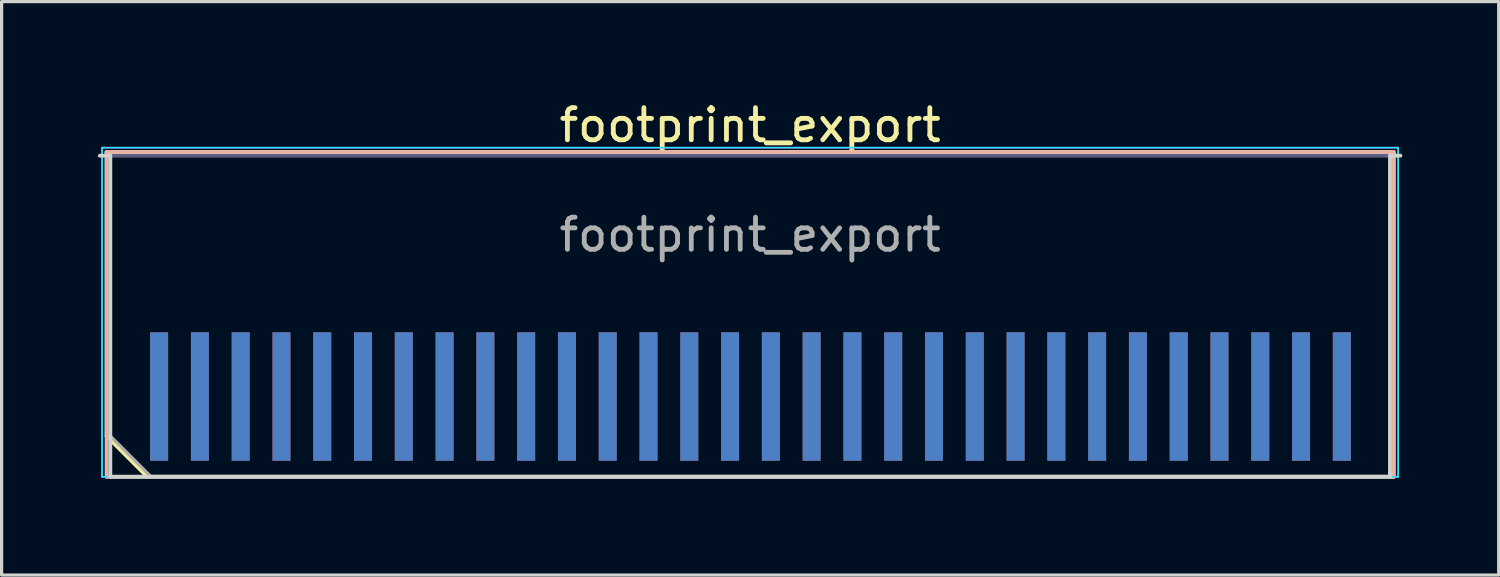
<source format=kicad_pcb>
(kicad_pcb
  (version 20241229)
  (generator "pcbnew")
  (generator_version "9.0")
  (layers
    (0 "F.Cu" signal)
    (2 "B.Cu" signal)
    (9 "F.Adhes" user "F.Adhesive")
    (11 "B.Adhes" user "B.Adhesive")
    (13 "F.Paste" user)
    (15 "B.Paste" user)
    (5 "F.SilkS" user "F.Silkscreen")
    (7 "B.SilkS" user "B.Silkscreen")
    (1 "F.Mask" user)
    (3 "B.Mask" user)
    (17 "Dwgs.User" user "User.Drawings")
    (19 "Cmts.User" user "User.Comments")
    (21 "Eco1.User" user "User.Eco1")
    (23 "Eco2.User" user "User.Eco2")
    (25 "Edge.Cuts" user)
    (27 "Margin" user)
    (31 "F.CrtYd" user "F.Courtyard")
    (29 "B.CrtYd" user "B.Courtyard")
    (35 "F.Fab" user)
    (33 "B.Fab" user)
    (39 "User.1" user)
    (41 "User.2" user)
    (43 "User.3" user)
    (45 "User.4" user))
  (footprint "footprint_export"
    (layer "F.Cu")
    (at 20.31 6.798)
    (property "Reference" "footprint_export" (at 0 -5.95 0) (layer "F.SilkS") (effects (font (size 1 1) (thickness 0.15))))
    (attr exclude_from_pos_files exclude_from_bom)
    (fp_line (start -20.04 -5.11) (end 20.04 -5.11) (stroke (width 0.12) (type solid)) (layer "F.SilkS"))
    (fp_line (start -20.04 3.73) (end -20.04 -5.11) (stroke (width 0.12) (type solid)) (layer "F.SilkS"))
    (fp_line (start -18.77 5) (end -20.04 3.73) (stroke (width 0.12) (type solid)) (layer "F.SilkS"))
    (fp_line (start -18.77 5) (end 20.04 5) (stroke (width 0.12) (type solid)) (layer "F.SilkS"))
    (fp_line (start 20.04 5) (end 20.04 -5.11) (stroke (width 0.12) (type solid)) (layer "F.SilkS"))
    (fp_line (start -20.04 -5.11) (end 20.04 -5.11) (stroke (width 0.12) (type solid)) (layer "B.SilkS"))
    (fp_line (start -20.04 5) (end -20.04 -5.11) (stroke (width 0.12) (type solid)) (layer "B.SilkS"))
    (fp_line (start -20.04 5) (end 20.04 5) (stroke (width 0.12) (type solid)) (layer "B.SilkS"))
    (fp_line (start 20.04 5) (end 20.04 -5.11) (stroke (width 0.12) (type solid)) (layer "B.SilkS"))
    (fp_line (start -20.25 -5) (end -19.925 -5) (stroke (width 0.12) (type solid)) (layer "Edge.Cuts"))
    (fp_line (start -19.925 5) (end -19.925 -5) (stroke (width 0.12) (type solid)) (layer "Edge.Cuts"))
    (fp_line (start -19.925 5) (end 19.925 5) (stroke (width 0.12) (type solid)) (layer "Edge.Cuts"))
    (fp_line (start 19.925 5) (end 19.925 -5) (stroke (width 0.12) (type solid)) (layer "Edge.Cuts"))
    (fp_line (start 20.25 -5) (end 19.925 -5) (stroke (width 0.12) (type solid)) (layer "Edge.Cuts"))
    (fp_line (start -20.18 -5.25) (end -20.18 5) (stroke (width 0.05) (type solid)) (layer "B.CrtYd"))
    (fp_line (start -20.18 5) (end 20.18 5) (stroke (width 0.05) (type solid)) (layer "B.CrtYd"))
    (fp_line (start 20.18 -5.25) (end -20.18 -5.25) (stroke (width 0.05) (type solid)) (layer "B.CrtYd"))
    (fp_line (start 20.18 5) (end 20.18 -5.25) (stroke (width 0.05) (type solid)) (layer "B.CrtYd"))
    (fp_line (start -20.18 -5.25) (end -20.18 5) (stroke (width 0.05) (type solid)) (layer "F.CrtYd"))
    (fp_line (start -20.18 5) (end 20.18 5) (stroke (width 0.05) (type solid)) (layer "F.CrtYd"))
    (fp_line (start 20.18 -5.25) (end -20.18 -5.25) (stroke (width 0.05) (type solid)) (layer "F.CrtYd"))
    (fp_line (start 20.18 5) (end 20.18 -5.25) (stroke (width 0.05) (type solid)) (layer "F.CrtYd"))
    (fp_line (start -19.925 -5) (end 19.925 -5) (stroke (width 0.1) (type solid)) (layer "B.Fab"))
    (fp_line (start -19.925 5) (end -19.925 -5) (stroke (width 0.1) (type solid)) (layer "B.Fab"))
    (fp_line (start -19.925 5) (end 19.925 5) (stroke (width 0.1) (type solid)) (layer "B.Fab"))
    (fp_line (start 19.925 5) (end 19.925 -5) (stroke (width 0.1) (type solid)) (layer "B.Fab"))
    (fp_line (start -19.925 -5) (end 19.925 -5) (stroke (width 0.1) (type solid)) (layer "F.Fab"))
    (fp_line (start -19.925 3.73) (end -19.925 -5) (stroke (width 0.1) (type solid)) (layer "F.Fab"))
    (fp_line (start -19.925 3.73) (end -18.655 5) (stroke (width 0.1) (type solid)) (layer "F.Fab"))
    (fp_line (start -18.655 5) (end 19.925 5) (stroke (width 0.1) (type solid)) (layer "F.Fab"))
    (fp_line (start 19.925 5) (end 19.925 -5) (stroke (width 0.1) (type solid)) (layer "F.Fab"))
    (fp_text user "${REFERENCE}" (at 0 -2.54 0) (layer "F.Fab") (effects (font (size 1 1) (thickness 0.15))))
    (pad "1" connect rect (at -18.405 2.5) (size 0.56 4) (layers "F.Cu" "F.Mask"))
    (pad "2" connect rect (at -18.405 2.5) (size 0.56 4) (layers "B.Cu" "B.Mask"))
    (pad "3" connect rect (at -17.135 2.5) (size 0.56 4) (layers "F.Cu" "F.Mask"))
    (pad "4" connect rect (at -17.135 2.5) (size 0.56 4) (layers "B.Cu" "B.Mask"))
    (pad "5" connect rect (at -15.865 2.5) (size 0.56 4) (layers "F.Cu" "F.Mask"))
    (pad "6" connect rect (at -15.865 2.5) (size 0.56 4) (layers "B.Cu" "B.Mask"))
    (pad "7" connect rect (at -14.595 2.5) (size 0.56 4) (layers "F.Cu" "F.Mask"))
    (pad "8" connect rect (at -14.595 2.5) (size 0.56 4) (layers "B.Cu" "B.Mask"))
    (pad "9" connect rect (at -13.325 2.5) (size 0.56 4) (layers "F.Cu" "F.Mask"))
    (pad "10" connect rect (at -13.325 2.5) (size 0.56 4) (layers "B.Cu" "B.Mask"))
    (pad "11" connect rect (at -12.055 2.5) (size 0.56 4) (layers "F.Cu" "F.Mask"))
    (pad "12" connect rect (at -12.055 2.5) (size 0.56 4) (layers "B.Cu" "B.Mask"))
    (pad "13" connect rect (at -10.785 2.5) (size 0.56 4) (layers "F.Cu" "F.Mask"))
    (pad "14" connect rect (at -10.785 2.5) (size 0.56 4) (layers "B.Cu" "B.Mask"))
    (pad "15" connect rect (at -9.515 2.5) (size 0.56 4) (layers "F.Cu" "F.Mask"))
    (pad "16" connect rect (at -9.515 2.5) (size 0.56 4) (layers "B.Cu" "B.Mask"))
    (pad "17" connect rect (at -8.245 2.5) (size 0.56 4) (layers "F.Cu" "F.Mask"))
    (pad "18" connect rect (at -8.245 2.5) (size 0.56 4) (layers "B.Cu" "B.Mask"))
    (pad "19" connect rect (at -6.975 2.5) (size 0.56 4) (layers "F.Cu" "F.Mask"))
    (pad "20" connect rect (at -6.975 2.5) (size 0.56 4) (layers "B.Cu" "B.Mask"))
    (pad "21" connect rect (at -5.705 2.5) (size 0.56 4) (layers "F.Cu" "F.Mask"))
    (pad "22" connect rect (at -5.705 2.5) (size 0.56 4) (layers "B.Cu" "B.Mask"))
    (pad "23" connect rect (at -4.435 2.5) (size 0.56 4) (layers "F.Cu" "F.Mask"))
    (pad "24" connect rect (at -4.435 2.5) (size 0.56 4) (layers "B.Cu" "B.Mask"))
    (pad "25" connect rect (at -3.165 2.5) (size 0.56 4) (layers "F.Cu" "F.Mask"))
    (pad "26" connect rect (at -3.165 2.5) (size 0.56 4) (layers "B.Cu" "B.Mask"))
    (pad "27" connect rect (at -1.895 2.5) (size 0.56 4) (layers "F.Cu" "F.Mask"))
    (pad "28" connect rect (at -1.895 2.5) (size 0.56 4) (layers "B.Cu" "B.Mask"))
    (pad "29" connect rect (at -0.625 2.5) (size 0.56 4) (layers "F.Cu" "F.Mask"))
    (pad "30" connect rect (at -0.625 2.5) (size 0.56 4) (layers "B.Cu" "B.Mask"))
    (pad "31" connect rect (at 0.645 2.5) (size 0.56 4) (layers "F.Cu" "F.Mask"))
    (pad "32" connect rect (at 0.645 2.5) (size 0.56 4) (layers "B.Cu" "B.Mask"))
    (pad "33" connect rect (at 1.915 2.5) (size 0.56 4) (layers "F.Cu" "F.Mask"))
    (pad "34" connect rect (at 1.915 2.5) (size 0.56 4) (layers "B.Cu" "B.Mask"))
    (pad "35" connect rect (at 3.185 2.5) (size 0.56 4) (layers "F.Cu" "F.Mask"))
    (pad "36" connect rect (at 3.185 2.5) (size 0.56 4) (layers "B.Cu" "B.Mask"))
    (pad "37" connect rect (at 4.455 2.5) (size 0.56 4) (layers "F.Cu" "F.Mask"))
    (pad "38" connect rect (at 4.455 2.5) (size 0.56 4) (layers "B.Cu" "B.Mask"))
    (pad "39" connect rect (at 5.725 2.5) (size 0.56 4) (layers "F.Cu" "F.Mask"))
    (pad "40" connect rect (at 5.725 2.5) (size 0.56 4) (layers "B.Cu" "B.Mask"))
    (pad "41" connect rect (at 6.995 2.5) (size 0.56 4) (layers "F.Cu" "F.Mask"))
    (pad "42" connect rect (at 6.995 2.5) (size 0.56 4) (layers "B.Cu" "B.Mask"))
    (pad "43" connect rect (at 8.265 2.5) (size 0.56 4) (layers "F.Cu" "F.Mask"))
    (pad "44" connect rect (at 8.265 2.5) (size 0.56 4) (layers "B.Cu" "B.Mask"))
    (pad "45" connect rect (at 9.535 2.5) (size 0.56 4) (layers "F.Cu" "F.Mask"))
    (pad "46" connect rect (at 9.535 2.5) (size 0.56 4) (layers "B.Cu" "B.Mask"))
    (pad "47" connect rect (at 10.805 2.5) (size 0.56 4) (layers "F.Cu" "F.Mask"))
    (pad "48" connect rect (at 10.805 2.5) (size 0.56 4) (layers "B.Cu" "B.Mask"))
    (pad "49" connect rect (at 12.075 2.5) (size 0.56 4) (layers "F.Cu" "F.Mask"))
    (pad "50" connect rect (at 12.075 2.5) (size 0.56 4) (layers "B.Cu" "B.Mask"))
    (pad "51" connect rect (at 13.345 2.5) (size 0.56 4) (layers "F.Cu" "F.Mask"))
    (pad "52" connect rect (at 13.345 2.5) (size 0.56 4) (layers "B.Cu" "B.Mask"))
    (pad "53" connect rect (at 14.615 2.5) (size 0.56 4) (layers "F.Cu" "F.Mask"))
    (pad "54" connect rect (at 14.615 2.5) (size 0.56 4) (layers "B.Cu" "B.Mask"))
    (pad "55" connect rect (at 15.885 2.5) (size 0.56 4) (layers "F.Cu" "F.Mask"))
    (pad "56" connect rect (at 15.885 2.5) (size 0.56 4) (layers "B.Cu" "B.Mask"))
    (pad "57" connect rect (at 17.155 2.5) (size 0.56 4) (layers "F.Cu" "F.Mask"))
    (pad "58" connect rect (at 17.155 2.5) (size 0.56 4) (layers "B.Cu" "B.Mask"))
    (pad "59" connect rect (at 18.425 2.5) (size 0.56 4) (layers "F.Cu" "F.Mask"))
    (pad "60" connect rect (at 18.425 2.5) (size 0.56 4) (layers "B.Cu" "B.Mask")))
  (gr_rect
    (start -3 -3)
    (end 43.62 14.858)
    (stroke (width 0.1) (type default))
    (fill no)
    (layer "Edge.Cuts")))
</source>
